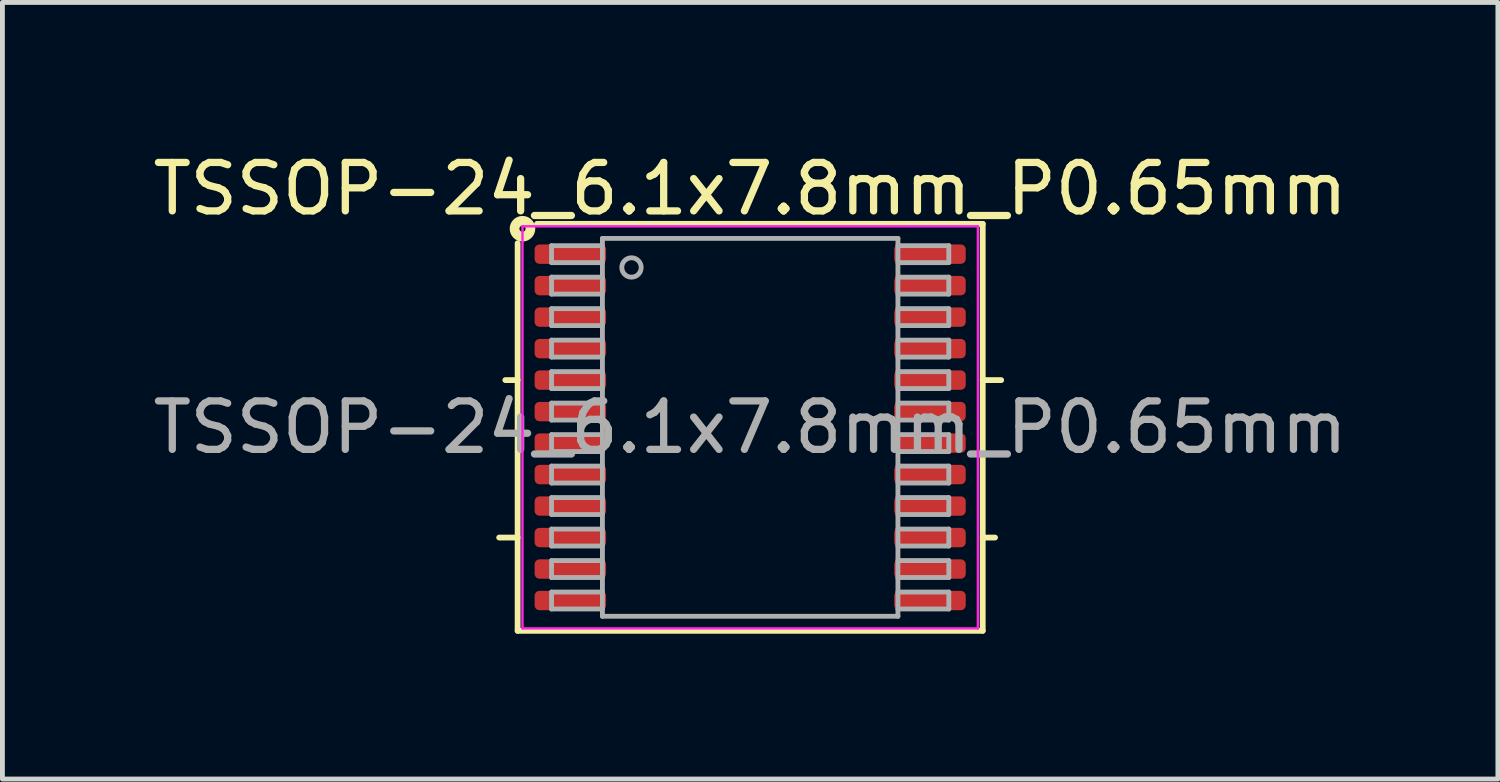
<source format=kicad_pcb>
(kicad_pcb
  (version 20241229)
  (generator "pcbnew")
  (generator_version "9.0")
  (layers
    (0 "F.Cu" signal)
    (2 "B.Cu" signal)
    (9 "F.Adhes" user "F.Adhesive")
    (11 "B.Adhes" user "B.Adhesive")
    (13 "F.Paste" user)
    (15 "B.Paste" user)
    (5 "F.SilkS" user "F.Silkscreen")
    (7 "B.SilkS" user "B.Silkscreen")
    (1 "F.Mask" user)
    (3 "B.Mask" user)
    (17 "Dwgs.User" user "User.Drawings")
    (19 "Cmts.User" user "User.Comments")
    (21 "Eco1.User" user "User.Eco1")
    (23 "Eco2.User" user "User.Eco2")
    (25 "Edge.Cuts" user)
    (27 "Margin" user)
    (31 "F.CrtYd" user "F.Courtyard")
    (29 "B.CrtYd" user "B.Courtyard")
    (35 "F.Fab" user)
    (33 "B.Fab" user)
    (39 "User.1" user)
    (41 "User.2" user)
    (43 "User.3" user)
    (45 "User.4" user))
  (footprint "TSSOP-24_6.1x7.8mm_P0.65mm"
    (layer "F.Cu")
    (at 12.435 5.771)
    (property "Reference" "TSSOP-24_6.1x7.8mm_P0.65mm" (at 0 -4.923 0) (layer "F.SilkS") (effects (font (size 1 1) (thickness 0.15))))
    (attr smd)
    (fp_line (start -4.8 -3.8) (end -4.8 4.2) (stroke (width 0.12) (type solid)) (layer "F.SilkS"))
    (fp_line (start -4.8 -0.975) (end -5.054 -0.975) (stroke (width 0.12) (type solid)) (layer "F.SilkS"))
    (fp_line (start -4.8 2.275) (end -5.181 2.275) (stroke (width 0.12) (type solid)) (layer "F.SilkS"))
    (fp_line (start -4.8 4.2) (end 4.8 4.2) (stroke (width 0.12) (type solid)) (layer "F.SilkS"))
    (fp_line (start 4.8 -4.2) (end -4.4 -4.2) (stroke (width 0.12) (type solid)) (layer "F.SilkS"))
    (fp_line (start 4.8 -0.975) (end 5.181 -0.975) (stroke (width 0.12) (type solid)) (layer "F.SilkS"))
    (fp_line (start 4.8 2.275) (end 5.054 2.275) (stroke (width 0.12) (type solid)) (layer "F.SilkS"))
    (fp_line (start 4.8 4.2) (end 4.8 -4.2) (stroke (width 0.12) (type solid)) (layer "F.SilkS"))
    (fp_circle (center -4.7 -4.1) (end -4.636 -4.1) (stroke (width 0.2) (type solid)) (fill no) (layer "F.SilkS"))
    (fp_line (start -4.7 -4.15) (end -4.7 4.15) (stroke (width 0.05) (type solid)) (layer "F.CrtYd"))
    (fp_line (start -4.7 4.15) (end 4.7 4.15) (stroke (width 0.05) (type solid)) (layer "F.CrtYd"))
    (fp_line (start 4.7 -4.15) (end -4.7 -4.15) (stroke (width 0.05) (type solid)) (layer "F.CrtYd"))
    (fp_line (start 4.7 4.15) (end 4.7 -4.15) (stroke (width 0.05) (type solid)) (layer "F.CrtYd"))
    (fp_line (start -4.1 -3.75) (end -4.1 -3.4) (stroke (width 0.1) (type solid)) (layer "F.Fab"))
    (fp_line (start -4.1 -3.75) (end -3.05 -3.75) (stroke (width 0.1) (type solid)) (layer "F.Fab"))
    (fp_line (start -4.1 -3.4) (end -3.05 -3.4) (stroke (width 0.1) (type solid)) (layer "F.Fab"))
    (fp_line (start -4.1 -3.1) (end -4.1 -2.75) (stroke (width 0.1) (type solid)) (layer "F.Fab"))
    (fp_line (start -4.1 -3.1) (end -3.05 -3.1) (stroke (width 0.1) (type solid)) (layer "F.Fab"))
    (fp_line (start -4.1 -2.75) (end -3.05 -2.75) (stroke (width 0.1) (type solid)) (layer "F.Fab"))
    (fp_line (start -4.1 -2.45) (end -4.1 -2.1) (stroke (width 0.1) (type solid)) (layer "F.Fab"))
    (fp_line (start -4.1 -2.45) (end -3.05 -2.45) (stroke (width 0.1) (type solid)) (layer "F.Fab"))
    (fp_line (start -4.1 -2.1) (end -3.05 -2.1) (stroke (width 0.1) (type solid)) (layer "F.Fab"))
    (fp_line (start -4.1 -1.8) (end -4.1 -1.45) (stroke (width 0.1) (type solid)) (layer "F.Fab"))
    (fp_line (start -4.1 -1.8) (end -3.05 -1.8) (stroke (width 0.1) (type solid)) (layer "F.Fab"))
    (fp_line (start -4.1 -1.45) (end -3.05 -1.45) (stroke (width 0.1) (type solid)) (layer "F.Fab"))
    (fp_line (start -4.1 -1.15) (end -4.1 -0.8) (stroke (width 0.1) (type solid)) (layer "F.Fab"))
    (fp_line (start -4.1 -1.15) (end -3.05 -1.15) (stroke (width 0.1) (type solid)) (layer "F.Fab"))
    (fp_line (start -4.1 -0.8) (end -3.05 -0.8) (stroke (width 0.1) (type solid)) (layer "F.Fab"))
    (fp_line (start -4.1 -0.5) (end -4.1 -0.15) (stroke (width 0.1) (type solid)) (layer "F.Fab"))
    (fp_line (start -4.1 -0.5) (end -3.05 -0.5) (stroke (width 0.1) (type solid)) (layer "F.Fab"))
    (fp_line (start -4.1 -0.15) (end -3.05 -0.15) (stroke (width 0.1) (type solid)) (layer "F.Fab"))
    (fp_line (start -4.1 0.15) (end -4.1 0.5) (stroke (width 0.1) (type solid)) (layer "F.Fab"))
    (fp_line (start -4.1 0.15) (end -3.05 0.15) (stroke (width 0.1) (type solid)) (layer "F.Fab"))
    (fp_line (start -4.1 0.5) (end -3.05 0.5) (stroke (width 0.1) (type solid)) (layer "F.Fab"))
    (fp_line (start -4.1 0.8) (end -4.1 1.15) (stroke (width 0.1) (type solid)) (layer "F.Fab"))
    (fp_line (start -4.1 0.8) (end -3.05 0.8) (stroke (width 0.1) (type solid)) (layer "F.Fab"))
    (fp_line (start -4.1 1.15) (end -3.05 1.15) (stroke (width 0.1) (type solid)) (layer "F.Fab"))
    (fp_line (start -4.1 1.45) (end -4.1 1.8) (stroke (width 0.1) (type solid)) (layer "F.Fab"))
    (fp_line (start -4.1 1.45) (end -3.05 1.45) (stroke (width 0.1) (type solid)) (layer "F.Fab"))
    (fp_line (start -4.1 1.8) (end -3.05 1.8) (stroke (width 0.1) (type solid)) (layer "F.Fab"))
    (fp_line (start -4.1 2.1) (end -4.1 2.45) (stroke (width 0.1) (type solid)) (layer "F.Fab"))
    (fp_line (start -4.1 2.1) (end -3.05 2.1) (stroke (width 0.1) (type solid)) (layer "F.Fab"))
    (fp_line (start -4.1 2.45) (end -3.05 2.45) (stroke (width 0.1) (type solid)) (layer "F.Fab"))
    (fp_line (start -4.1 2.75) (end -4.1 3.1) (stroke (width 0.1) (type solid)) (layer "F.Fab"))
    (fp_line (start -4.1 2.75) (end -3.05 2.75) (stroke (width 0.1) (type solid)) (layer "F.Fab"))
    (fp_line (start -4.1 3.1) (end -3.05 3.1) (stroke (width 0.1) (type solid)) (layer "F.Fab"))
    (fp_line (start -4.1 3.4) (end -4.1 3.75) (stroke (width 0.1) (type solid)) (layer "F.Fab"))
    (fp_line (start -4.1 3.4) (end -3.05 3.4) (stroke (width 0.1) (type solid)) (layer "F.Fab"))
    (fp_line (start -4.1 3.75) (end -3.05 3.75) (stroke (width 0.1) (type solid)) (layer "F.Fab"))
    (fp_line (start -3.05 -3.9) (end 3.05 -3.9) (stroke (width 0.1) (type solid)) (layer "F.Fab"))
    (fp_line (start -3.05 3.9) (end -3.05 -3.9) (stroke (width 0.1) (type solid)) (layer "F.Fab"))
    (fp_line (start 3.05 -3.9) (end 3.05 3.9) (stroke (width 0.1) (type solid)) (layer "F.Fab"))
    (fp_line (start 3.05 3.9) (end -3.05 3.9) (stroke (width 0.1) (type solid)) (layer "F.Fab"))
    (fp_line (start 4.1 -3.75) (end 3.05 -3.75) (stroke (width 0.1) (type solid)) (layer "F.Fab"))
    (fp_line (start 4.1 -3.4) (end 3.05 -3.4) (stroke (width 0.1) (type solid)) (layer "F.Fab"))
    (fp_line (start 4.1 -3.4) (end 4.1 -3.75) (stroke (width 0.1) (type solid)) (layer "F.Fab"))
    (fp_line (start 4.1 -3.1) (end 3.05 -3.1) (stroke (width 0.1) (type solid)) (layer "F.Fab"))
    (fp_line (start 4.1 -2.75) (end 3.05 -2.75) (stroke (width 0.1) (type solid)) (layer "F.Fab"))
    (fp_line (start 4.1 -2.75) (end 4.1 -3.1) (stroke (width 0.1) (type solid)) (layer "F.Fab"))
    (fp_line (start 4.1 -2.45) (end 3.05 -2.45) (stroke (width 0.1) (type solid)) (layer "F.Fab"))
    (fp_line (start 4.1 -2.1) (end 3.05 -2.1) (stroke (width 0.1) (type solid)) (layer "F.Fab"))
    (fp_line (start 4.1 -2.1) (end 4.1 -2.45) (stroke (width 0.1) (type solid)) (layer "F.Fab"))
    (fp_line (start 4.1 -1.8) (end 3.05 -1.8) (stroke (width 0.1) (type solid)) (layer "F.Fab"))
    (fp_line (start 4.1 -1.45) (end 3.05 -1.45) (stroke (width 0.1) (type solid)) (layer "F.Fab"))
    (fp_line (start 4.1 -1.45) (end 4.1 -1.8) (stroke (width 0.1) (type solid)) (layer "F.Fab"))
    (fp_line (start 4.1 -1.15) (end 3.05 -1.15) (stroke (width 0.1) (type solid)) (layer "F.Fab"))
    (fp_line (start 4.1 -0.8) (end 3.05 -0.8) (stroke (width 0.1) (type solid)) (layer "F.Fab"))
    (fp_line (start 4.1 -0.8) (end 4.1 -1.15) (stroke (width 0.1) (type solid)) (layer "F.Fab"))
    (fp_line (start 4.1 -0.5) (end 3.05 -0.5) (stroke (width 0.1) (type solid)) (layer "F.Fab"))
    (fp_line (start 4.1 -0.15) (end 3.05 -0.15) (stroke (width 0.1) (type solid)) (layer "F.Fab"))
    (fp_line (start 4.1 -0.15) (end 4.1 -0.5) (stroke (width 0.1) (type solid)) (layer "F.Fab"))
    (fp_line (start 4.1 0.15) (end 3.05 0.15) (stroke (width 0.1) (type solid)) (layer "F.Fab"))
    (fp_line (start 4.1 0.5) (end 3.05 0.5) (stroke (width 0.1) (type solid)) (layer "F.Fab"))
    (fp_line (start 4.1 0.5) (end 4.1 0.15) (stroke (width 0.1) (type solid)) (layer "F.Fab"))
    (fp_line (start 4.1 0.8) (end 3.05 0.8) (stroke (width 0.1) (type solid)) (layer "F.Fab"))
    (fp_line (start 4.1 1.15) (end 3.05 1.15) (stroke (width 0.1) (type solid)) (layer "F.Fab"))
    (fp_line (start 4.1 1.15) (end 4.1 0.8) (stroke (width 0.1) (type solid)) (layer "F.Fab"))
    (fp_line (start 4.1 1.45) (end 3.05 1.45) (stroke (width 0.1) (type solid)) (layer "F.Fab"))
    (fp_line (start 4.1 1.8) (end 3.05 1.8) (stroke (width 0.1) (type solid)) (layer "F.Fab"))
    (fp_line (start 4.1 1.8) (end 4.1 1.45) (stroke (width 0.1) (type solid)) (layer "F.Fab"))
    (fp_line (start 4.1 2.1) (end 3.05 2.1) (stroke (width 0.1) (type solid)) (layer "F.Fab"))
    (fp_line (start 4.1 2.45) (end 3.05 2.45) (stroke (width 0.1) (type solid)) (layer "F.Fab"))
    (fp_line (start 4.1 2.45) (end 4.1 2.1) (stroke (width 0.1) (type solid)) (layer "F.Fab"))
    (fp_line (start 4.1 2.75) (end 3.05 2.75) (stroke (width 0.1) (type solid)) (layer "F.Fab"))
    (fp_line (start 4.1 3.1) (end 3.05 3.1) (stroke (width 0.1) (type solid)) (layer "F.Fab"))
    (fp_line (start 4.1 3.1) (end 4.1 2.75) (stroke (width 0.1) (type solid)) (layer "F.Fab"))
    (fp_line (start 4.1 3.4) (end 3.05 3.4) (stroke (width 0.1) (type solid)) (layer "F.Fab"))
    (fp_line (start 4.1 3.75) (end 3.05 3.75) (stroke (width 0.1) (type solid)) (layer "F.Fab"))
    (fp_line (start 4.1 3.75) (end 4.1 3.4) (stroke (width 0.1) (type solid)) (layer "F.Fab"))
    (fp_circle (center -2.45 -3.3) (end -2.25 -3.3) (stroke (width 0.1) (type solid)) (fill no) (layer "F.Fab"))
    (fp_text user "${REFERENCE}" (at 0 0 0) (layer "F.Fab") (effects (font (size 1 1) (thickness 0.15))))
    (pad "1" smd roundrect (at -3.712 -3.575) (size 1.475 0.4) (layers "F.Cu" "F.Mask" "F.Paste") (roundrect_rratio 0.25))
    (pad "2" smd roundrect (at -3.712 -2.925) (size 1.475 0.4) (layers "F.Cu" "F.Mask" "F.Paste") (roundrect_rratio 0.25))
    (pad "3" smd roundrect (at -3.712 -2.275) (size 1.475 0.4) (layers "F.Cu" "F.Mask" "F.Paste") (roundrect_rratio 0.25))
    (pad "4" smd roundrect (at -3.712 -1.625) (size 1.475 0.4) (layers "F.Cu" "F.Mask" "F.Paste") (roundrect_rratio 0.25))
    (pad "5" smd roundrect (at -3.712 -0.975) (size 1.475 0.4) (layers "F.Cu" "F.Mask" "F.Paste") (roundrect_rratio 0.25))
    (pad "6" smd roundrect (at -3.712 -0.325) (size 1.475 0.4) (layers "F.Cu" "F.Mask" "F.Paste") (roundrect_rratio 0.25))
    (pad "7" smd roundrect (at -3.712 0.325) (size 1.475 0.4) (layers "F.Cu" "F.Mask" "F.Paste") (roundrect_rratio 0.25))
    (pad "8" smd roundrect (at -3.712 0.975) (size 1.475 0.4) (layers "F.Cu" "F.Mask" "F.Paste") (roundrect_rratio 0.25))
    (pad "9" smd roundrect (at -3.712 1.625) (size 1.475 0.4) (layers "F.Cu" "F.Mask" "F.Paste") (roundrect_rratio 0.25))
    (pad "10" smd roundrect (at -3.712 2.275) (size 1.475 0.4) (layers "F.Cu" "F.Mask" "F.Paste") (roundrect_rratio 0.25))
    (pad "11" smd roundrect (at -3.712 2.925) (size 1.475 0.4) (layers "F.Cu" "F.Mask" "F.Paste") (roundrect_rratio 0.25))
    (pad "12" smd roundrect (at -3.712 3.575) (size 1.475 0.4) (layers "F.Cu" "F.Mask" "F.Paste") (roundrect_rratio 0.25))
    (pad "13" smd roundrect (at 3.712 3.575) (size 1.475 0.4) (layers "F.Cu" "F.Mask" "F.Paste") (roundrect_rratio 0.25))
    (pad "14" smd roundrect (at 3.712 2.925) (size 1.475 0.4) (layers "F.Cu" "F.Mask" "F.Paste") (roundrect_rratio 0.25))
    (pad "15" smd roundrect (at 3.712 2.275) (size 1.475 0.4) (layers "F.Cu" "F.Mask" "F.Paste") (roundrect_rratio 0.25))
    (pad "16" smd roundrect (at 3.712 1.625) (size 1.475 0.4) (layers "F.Cu" "F.Mask" "F.Paste") (roundrect_rratio 0.25))
    (pad "17" smd roundrect (at 3.712 0.975) (size 1.475 0.4) (layers "F.Cu" "F.Mask" "F.Paste") (roundrect_rratio 0.25))
    (pad "18" smd roundrect (at 3.712 0.325) (size 1.475 0.4) (layers "F.Cu" "F.Mask" "F.Paste") (roundrect_rratio 0.25))
    (pad "19" smd roundrect (at 3.712 -0.325) (size 1.475 0.4) (layers "F.Cu" "F.Mask" "F.Paste") (roundrect_rratio 0.25))
    (pad "20" smd roundrect (at 3.712 -0.975) (size 1.475 0.4) (layers "F.Cu" "F.Mask" "F.Paste") (roundrect_rratio 0.25))
    (pad "21" smd roundrect (at 3.712 -1.625) (size 1.475 0.4) (layers "F.Cu" "F.Mask" "F.Paste") (roundrect_rratio 0.25))
    (pad "22" smd roundrect (at 3.712 -2.275) (size 1.475 0.4) (layers "F.Cu" "F.Mask" "F.Paste") (roundrect_rratio 0.25))
    (pad "23" smd roundrect (at 3.712 -2.925) (size 1.475 0.4) (layers "F.Cu" "F.Mask" "F.Paste") (roundrect_rratio 0.25))
    (pad "24" smd roundrect (at 3.712 -3.575) (size 1.475 0.4) (layers "F.Cu" "F.Mask" "F.Paste") (roundrect_rratio 0.25)))
  (gr_rect
    (start -3 -3)
    (end 27.869 13.031)
    (stroke (width 0.1) (type default))
    (fill no)
    (layer "Edge.Cuts")))
</source>
